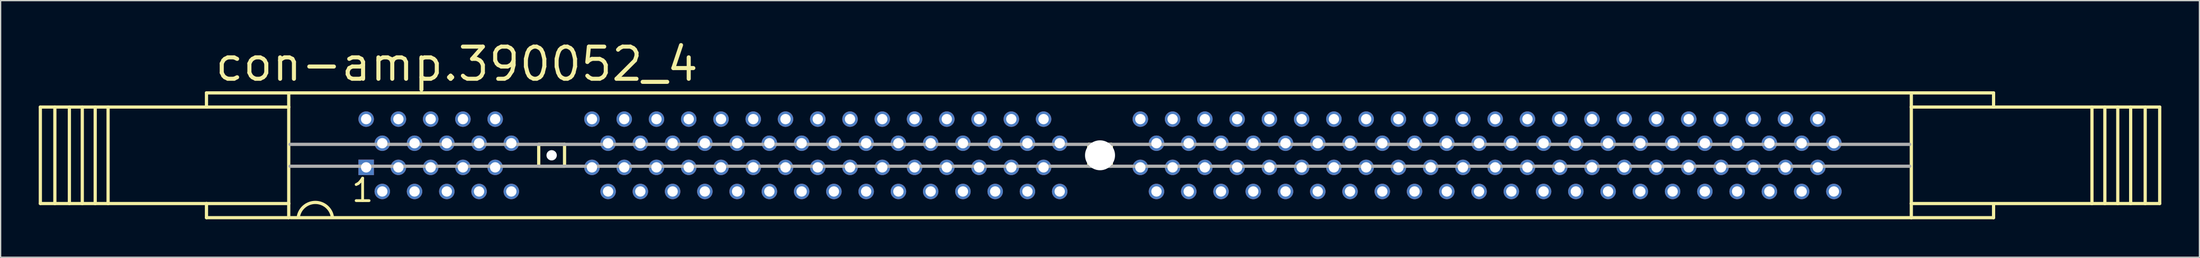
<source format=kicad_pcb>
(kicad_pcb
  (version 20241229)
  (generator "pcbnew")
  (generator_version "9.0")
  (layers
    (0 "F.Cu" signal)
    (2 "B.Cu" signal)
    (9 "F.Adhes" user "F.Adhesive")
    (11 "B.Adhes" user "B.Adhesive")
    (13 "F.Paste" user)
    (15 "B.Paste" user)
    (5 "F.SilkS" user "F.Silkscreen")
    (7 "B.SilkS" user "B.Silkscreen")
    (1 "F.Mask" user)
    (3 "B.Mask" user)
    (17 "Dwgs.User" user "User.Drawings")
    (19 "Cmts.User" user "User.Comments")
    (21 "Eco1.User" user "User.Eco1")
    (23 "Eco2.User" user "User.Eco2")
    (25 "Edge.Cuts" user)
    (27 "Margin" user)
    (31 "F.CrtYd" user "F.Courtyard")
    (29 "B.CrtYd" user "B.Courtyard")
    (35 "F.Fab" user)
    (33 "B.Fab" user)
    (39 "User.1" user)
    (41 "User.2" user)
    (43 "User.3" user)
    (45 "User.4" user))
  (footprint "con-amp.390052_4"
    (layer "F.Cu")
    (at 83.566 9.215)
    (property "Reference" "con-amp.390052_4" (at -69.85 -5.715 0) (layer "F.SilkS") (effects (font (size 2.54 2.54) (thickness 0.32)) (justify left bottom)))
    (attr through_hole)
    (fp_line (start -83.439 -3.81) (end -83.439 3.81) (stroke (width 0.254) (type default)) (layer "F.SilkS"))
    (fp_line (start -83.439 3.81) (end -82.296 3.81) (stroke (width 0.254) (type default)) (layer "F.SilkS"))
    (fp_line (start -82.296 -3.81) (end -83.439 -3.81) (stroke (width 0.254) (type default)) (layer "F.SilkS"))
    (fp_line (start -82.296 -3.81) (end -82.296 3.81) (stroke (width 0.254) (type default)) (layer "F.SilkS"))
    (fp_line (start -82.296 3.81) (end -81.153 3.81) (stroke (width 0.254) (type default)) (layer "F.SilkS"))
    (fp_line (start -81.153 -3.81) (end -82.296 -3.81) (stroke (width 0.254) (type default)) (layer "F.SilkS"))
    (fp_line (start -81.153 -3.81) (end -81.153 3.81) (stroke (width 0.254) (type default)) (layer "F.SilkS"))
    (fp_line (start -81.153 3.81) (end -80.137 3.81) (stroke (width 0.254) (type default)) (layer "F.SilkS"))
    (fp_line (start -80.137 -3.81) (end -81.153 -3.81) (stroke (width 0.254) (type default)) (layer "F.SilkS"))
    (fp_line (start -80.137 -3.81) (end -80.137 3.81) (stroke (width 0.254) (type default)) (layer "F.SilkS"))
    (fp_line (start -80.137 3.81) (end -79.121 3.81) (stroke (width 0.254) (type default)) (layer "F.SilkS"))
    (fp_line (start -79.121 -3.81) (end -80.137 -3.81) (stroke (width 0.254) (type default)) (layer "F.SilkS"))
    (fp_line (start -79.121 -3.81) (end -79.121 3.81) (stroke (width 0.254) (type default)) (layer "F.SilkS"))
    (fp_line (start -79.121 3.81) (end -78.105 3.81) (stroke (width 0.254) (type default)) (layer "F.SilkS"))
    (fp_line (start -78.105 -3.81) (end -79.121 -3.81) (stroke (width 0.254) (type default)) (layer "F.SilkS"))
    (fp_line (start -78.105 -3.81) (end -78.105 3.81) (stroke (width 0.254) (type default)) (layer "F.SilkS"))
    (fp_line (start -78.105 3.81) (end -70.358 3.81) (stroke (width 0.254) (type default)) (layer "F.SilkS"))
    (fp_line (start -70.358 -4.928) (end -63.881 -4.928) (stroke (width 0.254) (type default)) (layer "F.SilkS"))
    (fp_line (start -70.358 -3.835) (end -70.358 -4.928) (stroke (width 0.254) (type default)) (layer "F.SilkS"))
    (fp_line (start -70.358 3.81) (end -70.358 4.928) (stroke (width 0.254) (type default)) (layer "F.SilkS"))
    (fp_line (start -70.358 3.81) (end -63.881 3.81) (stroke (width 0.254) (type default)) (layer "F.SilkS"))
    (fp_line (start -70.358 4.928) (end -63.881 4.928) (stroke (width 0.254) (type default)) (layer "F.SilkS"))
    (fp_line (start -63.881 -4.928) (end -63.881 -3.81) (stroke (width 0.254) (type default)) (layer "F.SilkS"))
    (fp_line (start -63.881 -4.928) (end 63.881 -4.928) (stroke (width 0.254) (type default)) (layer "F.SilkS"))
    (fp_line (start -63.881 -3.81) (end -78.105 -3.81) (stroke (width 0.254) (type default)) (layer "F.SilkS"))
    (fp_line (start -63.881 -3.81) (end -63.881 3.81) (stroke (width 0.254) (type default)) (layer "F.SilkS"))
    (fp_line (start -63.881 3.81) (end -63.881 4.928) (stroke (width 0.254) (type default)) (layer "F.SilkS"))
    (fp_line (start -44.196 0.864) (end -44.196 -0.864) (stroke (width 0.254) (type default)) (layer "F.SilkS"))
    (fp_line (start -44.196 0.864) (end -42.164 0.864) (stroke (width 0.254) (type default)) (layer "F.SilkS"))
    (fp_line (start -42.164 -0.864) (end -44.196 -0.864) (stroke (width 0.254) (type default)) (layer "F.SilkS"))
    (fp_line (start -42.164 -0.864) (end -42.164 0.864) (stroke (width 0.254) (type default)) (layer "F.SilkS"))
    (fp_line (start -0.889 0.864) (end -0.889 -0.864) (stroke (width 0.254) (type default)) (layer "F.SilkS"))
    (fp_line (start -0.889 0.864) (end 0.889 0.864) (stroke (width 0.254) (type default)) (layer "F.SilkS"))
    (fp_line (start 0.889 -0.864) (end -0.889 -0.864) (stroke (width 0.254) (type default)) (layer "F.SilkS"))
    (fp_line (start 0.889 0.864) (end 0.889 -0.864) (stroke (width 0.254) (type default)) (layer "F.SilkS"))
    (fp_line (start 63.881 -4.928) (end 63.881 -3.81) (stroke (width 0.254) (type default)) (layer "F.SilkS"))
    (fp_line (start 63.881 -3.81) (end 63.881 3.81) (stroke (width 0.254) (type default)) (layer "F.SilkS"))
    (fp_line (start 63.881 3.81) (end 63.881 4.928) (stroke (width 0.254) (type default)) (layer "F.SilkS"))
    (fp_line (start 63.881 3.81) (end 78.105 3.81) (stroke (width 0.254) (type default)) (layer "F.SilkS"))
    (fp_line (start 63.881 4.928) (end -63.729 4.928) (stroke (width 0.254) (type default)) (layer "F.SilkS"))
    (fp_line (start 63.881 4.928) (end 70.358 4.928) (stroke (width 0.254) (type default)) (layer "F.SilkS"))
    (fp_line (start 70.358 -4.928) (end 63.881 -4.928) (stroke (width 0.254) (type default)) (layer "F.SilkS"))
    (fp_line (start 70.358 -3.81) (end 63.881 -3.81) (stroke (width 0.254) (type default)) (layer "F.SilkS"))
    (fp_line (start 70.358 -3.81) (end 70.358 -4.928) (stroke (width 0.254) (type default)) (layer "F.SilkS"))
    (fp_line (start 70.358 3.835) (end 70.358 4.928) (stroke (width 0.254) (type default)) (layer "F.SilkS"))
    (fp_line (start 78.105 -3.81) (end 70.358 -3.81) (stroke (width 0.254) (type default)) (layer "F.SilkS"))
    (fp_line (start 78.105 3.81) (end 78.105 -3.81) (stroke (width 0.254) (type default)) (layer "F.SilkS"))
    (fp_line (start 78.105 3.81) (end 79.121 3.81) (stroke (width 0.254) (type default)) (layer "F.SilkS"))
    (fp_line (start 79.121 -3.81) (end 78.105 -3.81) (stroke (width 0.254) (type default)) (layer "F.SilkS"))
    (fp_line (start 79.121 3.81) (end 79.121 -3.81) (stroke (width 0.254) (type default)) (layer "F.SilkS"))
    (fp_line (start 79.121 3.81) (end 80.137 3.81) (stroke (width 0.254) (type default)) (layer "F.SilkS"))
    (fp_line (start 80.137 -3.81) (end 79.121 -3.81) (stroke (width 0.254) (type default)) (layer "F.SilkS"))
    (fp_line (start 80.137 3.81) (end 80.137 -3.81) (stroke (width 0.254) (type default)) (layer "F.SilkS"))
    (fp_line (start 80.137 3.81) (end 81.153 3.81) (stroke (width 0.254) (type default)) (layer "F.SilkS"))
    (fp_line (start 81.153 -3.81) (end 80.137 -3.81) (stroke (width 0.254) (type default)) (layer "F.SilkS"))
    (fp_line (start 81.153 3.81) (end 81.153 -3.81) (stroke (width 0.254) (type default)) (layer "F.SilkS"))
    (fp_line (start 81.153 3.81) (end 82.296 3.81) (stroke (width 0.254) (type default)) (layer "F.SilkS"))
    (fp_line (start 82.296 -3.81) (end 81.153 -3.81) (stroke (width 0.254) (type default)) (layer "F.SilkS"))
    (fp_line (start 82.296 3.81) (end 82.296 -3.81) (stroke (width 0.254) (type default)) (layer "F.SilkS"))
    (fp_line (start 82.296 3.81) (end 83.439 3.81) (stroke (width 0.254) (type default)) (layer "F.SilkS"))
    (fp_line (start 83.439 -3.81) (end 82.296 -3.81) (stroke (width 0.254) (type default)) (layer "F.SilkS"))
    (fp_line (start 83.439 3.81) (end 83.439 -3.81) (stroke (width 0.254) (type default)) (layer "F.SilkS"))
    (fp_arc (start -63.119 4.826) (mid -61.7855 3.722525) (end -60.452 4.826) (stroke (width 0.254) (type default)) (layer "F.SilkS"))
    (fp_line (start -63.779 -0.864) (end 63.754 -0.864) (stroke (width 0.254) (type default)) (layer "F.Fab"))
    (fp_line (start -63.779 0.864) (end 63.754 0.864) (stroke (width 0.254) (type default)) (layer "F.Fab"))
    (fp_text user "1" (at -59.055 3.81 0) (layer "F.SilkS") (effects (font (size 1.778 1.778) (thickness 0.22)) (justify left bottom)))
    (pad "" np_thru_hole circle (at -43.18 0) (size 0.813 0.813) (drill 0.813) (layers "*.Cu" "*.Mask"))
    (pad "" np_thru_hole circle (at 0 0) (size 2.362 2.362) (drill 2.362) (layers "*.Cu" "*.Mask"))
    (pad "1" thru_hole rect (at -57.785 0.953) (size 1.219 1.219) (drill 0.813) (layers "*.Cu" "*.Mask"))
    (pad "2" thru_hole circle (at -56.515 2.857) (size 1.219 1.219) (drill 0.813) (layers "*.Cu" "*.Mask"))
    (pad "3" thru_hole circle (at -55.245 0.953) (size 1.219 1.219) (drill 0.813) (layers "*.Cu" "*.Mask"))
    (pad "4" thru_hole circle (at -53.975 2.857) (size 1.219 1.219) (drill 0.813) (layers "*.Cu" "*.Mask"))
    (pad "5" thru_hole circle (at -52.705 0.953) (size 1.219 1.219) (drill 0.813) (layers "*.Cu" "*.Mask"))
    (pad "6" thru_hole circle (at -51.435 2.857) (size 1.219 1.219) (drill 0.813) (layers "*.Cu" "*.Mask"))
    (pad "7" thru_hole circle (at -50.165 0.953) (size 1.219 1.219) (drill 0.813) (layers "*.Cu" "*.Mask"))
    (pad "8" thru_hole circle (at -48.895 2.857) (size 1.219 1.219) (drill 0.813) (layers "*.Cu" "*.Mask"))
    (pad "9" thru_hole circle (at -47.625 0.953) (size 1.219 1.219) (drill 0.813) (layers "*.Cu" "*.Mask"))
    (pad "10" thru_hole circle (at -46.355 2.857) (size 1.219 1.219) (drill 0.813) (layers "*.Cu" "*.Mask"))
    (pad "11" thru_hole circle (at -40.005 0.953) (size 1.219 1.219) (drill 0.813) (layers "*.Cu" "*.Mask"))
    (pad "12" thru_hole circle (at -38.735 2.857) (size 1.219 1.219) (drill 0.813) (layers "*.Cu" "*.Mask"))
    (pad "13" thru_hole circle (at -37.465 0.953) (size 1.219 1.219) (drill 0.813) (layers "*.Cu" "*.Mask"))
    (pad "14" thru_hole circle (at -36.195 2.857) (size 1.219 1.219) (drill 0.813) (layers "*.Cu" "*.Mask"))
    (pad "15" thru_hole circle (at -34.925 0.953) (size 1.219 1.219) (drill 0.813) (layers "*.Cu" "*.Mask"))
    (pad "16" thru_hole circle (at -33.655 2.857) (size 1.219 1.219) (drill 0.813) (layers "*.Cu" "*.Mask"))
    (pad "17" thru_hole circle (at -32.385 0.953) (size 1.219 1.219) (drill 0.813) (layers "*.Cu" "*.Mask"))
    (pad "18" thru_hole circle (at -31.115 2.857) (size 1.219 1.219) (drill 0.813) (layers "*.Cu" "*.Mask"))
    (pad "19" thru_hole circle (at -29.845 0.953) (size 1.219 1.219) (drill 0.813) (layers "*.Cu" "*.Mask"))
    (pad "20" thru_hole circle (at -28.575 2.857) (size 1.219 1.219) (drill 0.813) (layers "*.Cu" "*.Mask"))
    (pad "21" thru_hole circle (at -27.305 0.953) (size 1.219 1.219) (drill 0.813) (layers "*.Cu" "*.Mask"))
    (pad "22" thru_hole circle (at -26.035 2.857) (size 1.219 1.219) (drill 0.813) (layers "*.Cu" "*.Mask"))
    (pad "23" thru_hole circle (at -24.765 0.953) (size 1.219 1.219) (drill 0.813) (layers "*.Cu" "*.Mask"))
    (pad "24" thru_hole circle (at -23.495 2.857) (size 1.219 1.219) (drill 0.813) (layers "*.Cu" "*.Mask"))
    (pad "25" thru_hole circle (at -22.225 0.953) (size 1.219 1.219) (drill 0.813) (layers "*.Cu" "*.Mask"))
    (pad "26" thru_hole circle (at -20.955 2.857) (size 1.219 1.219) (drill 0.813) (layers "*.Cu" "*.Mask"))
    (pad "27" thru_hole circle (at -19.685 0.953) (size 1.219 1.219) (drill 0.813) (layers "*.Cu" "*.Mask"))
    (pad "28" thru_hole circle (at -18.415 2.857) (size 1.219 1.219) (drill 0.813) (layers "*.Cu" "*.Mask"))
    (pad "29" thru_hole circle (at -17.145 0.953) (size 1.219 1.219) (drill 0.813) (layers "*.Cu" "*.Mask"))
    (pad "30" thru_hole circle (at -15.875 2.857) (size 1.219 1.219) (drill 0.813) (layers "*.Cu" "*.Mask"))
    (pad "31" thru_hole circle (at -14.605 0.953) (size 1.219 1.219) (drill 0.813) (layers "*.Cu" "*.Mask"))
    (pad "32" thru_hole circle (at -13.335 2.857) (size 1.219 1.219) (drill 0.813) (layers "*.Cu" "*.Mask"))
    (pad "33" thru_hole circle (at -12.065 0.953) (size 1.219 1.219) (drill 0.813) (layers "*.Cu" "*.Mask"))
    (pad "34" thru_hole circle (at -10.795 2.857) (size 1.219 1.219) (drill 0.813) (layers "*.Cu" "*.Mask"))
    (pad "35" thru_hole circle (at -9.525 0.953) (size 1.219 1.219) (drill 0.813) (layers "*.Cu" "*.Mask"))
    (pad "36" thru_hole circle (at -8.255 2.857) (size 1.219 1.219) (drill 0.813) (layers "*.Cu" "*.Mask"))
    (pad "37" thru_hole circle (at -6.985 0.953) (size 1.219 1.219) (drill 0.813) (layers "*.Cu" "*.Mask"))
    (pad "38" thru_hole circle (at -5.715 2.857) (size 1.219 1.219) (drill 0.813) (layers "*.Cu" "*.Mask"))
    (pad "39" thru_hole circle (at -4.445 0.953) (size 1.219 1.219) (drill 0.813) (layers "*.Cu" "*.Mask"))
    (pad "40" thru_hole circle (at -3.175 2.857) (size 1.219 1.219) (drill 0.813) (layers "*.Cu" "*.Mask"))
    (pad "41" thru_hole circle (at 3.175 0.953) (size 1.219 1.219) (drill 0.813) (layers "*.Cu" "*.Mask"))
    (pad "42" thru_hole circle (at 4.445 2.857) (size 1.219 1.219) (drill 0.813) (layers "*.Cu" "*.Mask"))
    (pad "43" thru_hole circle (at 5.715 0.953) (size 1.219 1.219) (drill 0.813) (layers "*.Cu" "*.Mask"))
    (pad "44" thru_hole circle (at 6.985 2.857) (size 1.219 1.219) (drill 0.813) (layers "*.Cu" "*.Mask"))
    (pad "45" thru_hole circle (at 8.255 0.953) (size 1.219 1.219) (drill 0.813) (layers "*.Cu" "*.Mask"))
    (pad "46" thru_hole circle (at 9.525 2.857) (size 1.219 1.219) (drill 0.813) (layers "*.Cu" "*.Mask"))
    (pad "47" thru_hole circle (at 10.795 0.953) (size 1.219 1.219) (drill 0.813) (layers "*.Cu" "*.Mask"))
    (pad "48" thru_hole circle (at 12.065 2.857) (size 1.219 1.219) (drill 0.813) (layers "*.Cu" "*.Mask"))
    (pad "49" thru_hole circle (at 13.335 0.953) (size 1.219 1.219) (drill 0.813) (layers "*.Cu" "*.Mask"))
    (pad "50" thru_hole circle (at 14.605 2.857) (size 1.219 1.219) (drill 0.813) (layers "*.Cu" "*.Mask"))
    (pad "51" thru_hole circle (at 15.875 0.953) (size 1.219 1.219) (drill 0.813) (layers "*.Cu" "*.Mask"))
    (pad "52" thru_hole circle (at 17.145 2.857) (size 1.219 1.219) (drill 0.813) (layers "*.Cu" "*.Mask"))
    (pad "53" thru_hole circle (at 18.415 0.953) (size 1.219 1.219) (drill 0.813) (layers "*.Cu" "*.Mask"))
    (pad "54" thru_hole circle (at 19.685 2.857) (size 1.219 1.219) (drill 0.813) (layers "*.Cu" "*.Mask"))
    (pad "55" thru_hole circle (at 20.955 0.953) (size 1.219 1.219) (drill 0.813) (layers "*.Cu" "*.Mask"))
    (pad "56" thru_hole circle (at 22.225 2.857) (size 1.219 1.219) (drill 0.813) (layers "*.Cu" "*.Mask"))
    (pad "57" thru_hole circle (at 23.495 0.953) (size 1.219 1.219) (drill 0.813) (layers "*.Cu" "*.Mask"))
    (pad "58" thru_hole circle (at 24.765 2.857) (size 1.219 1.219) (drill 0.813) (layers "*.Cu" "*.Mask"))
    (pad "59" thru_hole circle (at 26.035 0.953) (size 1.219 1.219) (drill 0.813) (layers "*.Cu" "*.Mask"))
    (pad "60" thru_hole circle (at 27.305 2.857) (size 1.219 1.219) (drill 0.813) (layers "*.Cu" "*.Mask"))
    (pad "61" thru_hole circle (at 28.575 0.953) (size 1.219 1.219) (drill 0.813) (layers "*.Cu" "*.Mask"))
    (pad "62" thru_hole circle (at 29.845 2.857) (size 1.219 1.219) (drill 0.813) (layers "*.Cu" "*.Mask"))
    (pad "63" thru_hole circle (at 31.115 0.953) (size 1.219 1.219) (drill 0.813) (layers "*.Cu" "*.Mask"))
    (pad "64" thru_hole circle (at 32.385 2.857) (size 1.219 1.219) (drill 0.813) (layers "*.Cu" "*.Mask"))
    (pad "65" thru_hole circle (at 33.655 0.953) (size 1.219 1.219) (drill 0.813) (layers "*.Cu" "*.Mask"))
    (pad "66" thru_hole circle (at 34.925 2.857) (size 1.219 1.219) (drill 0.813) (layers "*.Cu" "*.Mask"))
    (pad "67" thru_hole circle (at 36.195 0.953) (size 1.219 1.219) (drill 0.813) (layers "*.Cu" "*.Mask"))
    (pad "68" thru_hole circle (at 37.465 2.857) (size 1.219 1.219) (drill 0.813) (layers "*.Cu" "*.Mask"))
    (pad "69" thru_hole circle (at 38.735 0.953) (size 1.219 1.219) (drill 0.813) (layers "*.Cu" "*.Mask"))
    (pad "70" thru_hole circle (at 40.005 2.857) (size 1.219 1.219) (drill 0.813) (layers "*.Cu" "*.Mask"))
    (pad "71" thru_hole circle (at 41.275 0.953) (size 1.219 1.219) (drill 0.813) (layers "*.Cu" "*.Mask"))
    (pad "72" thru_hole circle (at 42.545 2.857) (size 1.219 1.219) (drill 0.813) (layers "*.Cu" "*.Mask"))
    (pad "73" thru_hole circle (at 43.815 0.953) (size 1.219 1.219) (drill 0.813) (layers "*.Cu" "*.Mask"))
    (pad "74" thru_hole circle (at 45.085 2.857) (size 1.219 1.219) (drill 0.813) (layers "*.Cu" "*.Mask"))
    (pad "75" thru_hole circle (at 46.355 0.953) (size 1.219 1.219) (drill 0.813) (layers "*.Cu" "*.Mask"))
    (pad "76" thru_hole circle (at 47.625 2.857) (size 1.219 1.219) (drill 0.813) (layers "*.Cu" "*.Mask"))
    (pad "77" thru_hole circle (at 48.895 0.953) (size 1.219 1.219) (drill 0.813) (layers "*.Cu" "*.Mask"))
    (pad "78" thru_hole circle (at 50.165 2.857) (size 1.219 1.219) (drill 0.813) (layers "*.Cu" "*.Mask"))
    (pad "79" thru_hole circle (at 51.435 0.953) (size 1.219 1.219) (drill 0.813) (layers "*.Cu" "*.Mask"))
    (pad "80" thru_hole circle (at 52.705 2.857) (size 1.219 1.219) (drill 0.813) (layers "*.Cu" "*.Mask"))
    (pad "81" thru_hole circle (at 53.975 0.953) (size 1.219 1.219) (drill 0.813) (layers "*.Cu" "*.Mask"))
    (pad "82" thru_hole circle (at 55.245 2.857) (size 1.219 1.219) (drill 0.813) (layers "*.Cu" "*.Mask"))
    (pad "83" thru_hole circle (at 56.515 0.953) (size 1.219 1.219) (drill 0.813) (layers "*.Cu" "*.Mask"))
    (pad "84" thru_hole circle (at 57.785 2.857) (size 1.219 1.219) (drill 0.813) (layers "*.Cu" "*.Mask"))
    (pad "85" thru_hole circle (at -57.785 -2.857) (size 1.219 1.219) (drill 0.813) (layers "*.Cu" "*.Mask"))
    (pad "86" thru_hole circle (at -56.515 -0.953) (size 1.219 1.219) (drill 0.813) (layers "*.Cu" "*.Mask"))
    (pad "87" thru_hole circle (at -55.245 -2.857) (size 1.219 1.219) (drill 0.813) (layers "*.Cu" "*.Mask"))
    (pad "88" thru_hole circle (at -53.975 -0.953) (size 1.219 1.219) (drill 0.813) (layers "*.Cu" "*.Mask"))
    (pad "89" thru_hole circle (at -52.705 -2.857) (size 1.219 1.219) (drill 0.813) (layers "*.Cu" "*.Mask"))
    (pad "90" thru_hole circle (at -51.435 -0.953) (size 1.219 1.219) (drill 0.813) (layers "*.Cu" "*.Mask"))
    (pad "91" thru_hole circle (at -50.165 -2.857) (size 1.219 1.219) (drill 0.813) (layers "*.Cu" "*.Mask"))
    (pad "92" thru_hole circle (at -48.895 -0.953) (size 1.219 1.219) (drill 0.813) (layers "*.Cu" "*.Mask"))
    (pad "93" thru_hole circle (at -47.625 -2.857) (size 1.219 1.219) (drill 0.813) (layers "*.Cu" "*.Mask"))
    (pad "94" thru_hole circle (at -46.355 -0.953) (size 1.219 1.219) (drill 0.813) (layers "*.Cu" "*.Mask"))
    (pad "95" thru_hole circle (at -40.005 -2.857) (size 1.219 1.219) (drill 0.813) (layers "*.Cu" "*.Mask"))
    (pad "96" thru_hole circle (at -38.735 -0.953) (size 1.219 1.219) (drill 0.813) (layers "*.Cu" "*.Mask"))
    (pad "97" thru_hole circle (at -37.465 -2.857) (size 1.219 1.219) (drill 0.813) (layers "*.Cu" "*.Mask"))
    (pad "98" thru_hole circle (at -36.195 -0.953) (size 1.219 1.219) (drill 0.813) (layers "*.Cu" "*.Mask"))
    (pad "99" thru_hole circle (at -34.925 -2.857) (size 1.219 1.219) (drill 0.813) (layers "*.Cu" "*.Mask"))
    (pad "100" thru_hole circle (at -33.655 -0.953) (size 1.219 1.219) (drill 0.813) (layers "*.Cu" "*.Mask"))
    (pad "101" thru_hole circle (at -32.385 -2.857) (size 1.219 1.219) (drill 0.813) (layers "*.Cu" "*.Mask"))
    (pad "102" thru_hole circle (at -31.115 -0.953) (size 1.219 1.219) (drill 0.813) (layers "*.Cu" "*.Mask"))
    (pad "103" thru_hole circle (at -29.845 -2.857) (size 1.219 1.219) (drill 0.813) (layers "*.Cu" "*.Mask"))
    (pad "104" thru_hole circle (at -28.575 -0.953) (size 1.219 1.219) (drill 0.813) (layers "*.Cu" "*.Mask"))
    (pad "105" thru_hole circle (at -27.305 -2.857) (size 1.219 1.219) (drill 0.813) (layers "*.Cu" "*.Mask"))
    (pad "106" thru_hole circle (at -26.035 -0.953) (size 1.219 1.219) (drill 0.813) (layers "*.Cu" "*.Mask"))
    (pad "107" thru_hole circle (at -24.765 -2.857) (size 1.219 1.219) (drill 0.813) (layers "*.Cu" "*.Mask"))
    (pad "108" thru_hole circle (at -23.495 -0.953) (size 1.219 1.219) (drill 0.813) (layers "*.Cu" "*.Mask"))
    (pad "109" thru_hole circle (at -22.225 -2.857) (size 1.219 1.219) (drill 0.813) (layers "*.Cu" "*.Mask"))
    (pad "110" thru_hole circle (at -20.955 -0.953) (size 1.219 1.219) (drill 0.813) (layers "*.Cu" "*.Mask"))
    (pad "111" thru_hole circle (at -19.685 -2.857) (size 1.219 1.219) (drill 0.813) (layers "*.Cu" "*.Mask"))
    (pad "112" thru_hole circle (at -18.415 -0.953) (size 1.219 1.219) (drill 0.813) (layers "*.Cu" "*.Mask"))
    (pad "113" thru_hole circle (at -17.145 -2.857) (size 1.219 1.219) (drill 0.813) (layers "*.Cu" "*.Mask"))
    (pad "114" thru_hole circle (at -15.875 -0.953) (size 1.219 1.219) (drill 0.813) (layers "*.Cu" "*.Mask"))
    (pad "115" thru_hole circle (at -14.605 -2.857) (size 1.219 1.219) (drill 0.813) (layers "*.Cu" "*.Mask"))
    (pad "116" thru_hole circle (at -13.335 -0.953) (size 1.219 1.219) (drill 0.813) (layers "*.Cu" "*.Mask"))
    (pad "117" thru_hole circle (at -12.065 -2.857) (size 1.219 1.219) (drill 0.813) (layers "*.Cu" "*.Mask"))
    (pad "118" thru_hole circle (at -10.795 -0.953) (size 1.219 1.219) (drill 0.813) (layers "*.Cu" "*.Mask"))
    (pad "119" thru_hole circle (at -9.525 -2.857) (size 1.219 1.219) (drill 0.813) (layers "*.Cu" "*.Mask"))
    (pad "120" thru_hole circle (at -8.255 -0.953) (size 1.219 1.219) (drill 0.813) (layers "*.Cu" "*.Mask"))
    (pad "121" thru_hole circle (at -6.985 -2.857) (size 1.219 1.219) (drill 0.813) (layers "*.Cu" "*.Mask"))
    (pad "122" thru_hole circle (at -5.715 -0.953) (size 1.219 1.219) (drill 0.813) (layers "*.Cu" "*.Mask"))
    (pad "123" thru_hole circle (at -4.445 -2.857) (size 1.219 1.219) (drill 0.813) (layers "*.Cu" "*.Mask"))
    (pad "124" thru_hole circle (at -3.175 -0.953) (size 1.219 1.219) (drill 0.813) (layers "*.Cu" "*.Mask"))
    (pad "125" thru_hole circle (at 3.175 -2.857) (size 1.219 1.219) (drill 0.813) (layers "*.Cu" "*.Mask"))
    (pad "126" thru_hole circle (at 4.445 -0.953) (size 1.219 1.219) (drill 0.813) (layers "*.Cu" "*.Mask"))
    (pad "127" thru_hole circle (at 5.715 -2.857) (size 1.219 1.219) (drill 0.813) (layers "*.Cu" "*.Mask"))
    (pad "128" thru_hole circle (at 6.985 -0.953) (size 1.219 1.219) (drill 0.813) (layers "*.Cu" "*.Mask"))
    (pad "129" thru_hole circle (at 8.255 -2.857) (size 1.219 1.219) (drill 0.813) (layers "*.Cu" "*.Mask"))
    (pad "130" thru_hole circle (at 9.525 -0.953) (size 1.219 1.219) (drill 0.813) (layers "*.Cu" "*.Mask"))
    (pad "131" thru_hole circle (at 10.795 -2.857) (size 1.219 1.219) (drill 0.813) (layers "*.Cu" "*.Mask"))
    (pad "132" thru_hole circle (at 12.065 -0.953) (size 1.219 1.219) (drill 0.813) (layers "*.Cu" "*.Mask"))
    (pad "133" thru_hole circle (at 13.335 -2.857) (size 1.219 1.219) (drill 0.813) (layers "*.Cu" "*.Mask"))
    (pad "134" thru_hole circle (at 14.605 -0.953) (size 1.219 1.219) (drill 0.813) (layers "*.Cu" "*.Mask"))
    (pad "135" thru_hole circle (at 15.875 -2.857) (size 1.219 1.219) (drill 0.813) (layers "*.Cu" "*.Mask"))
    (pad "136" thru_hole circle (at 17.145 -0.953) (size 1.219 1.219) (drill 0.813) (layers "*.Cu" "*.Mask"))
    (pad "137" thru_hole circle (at 18.415 -2.857) (size 1.219 1.219) (drill 0.813) (layers "*.Cu" "*.Mask"))
    (pad "138" thru_hole circle (at 19.685 -0.953) (size 1.219 1.219) (drill 0.813) (layers "*.Cu" "*.Mask"))
    (pad "139" thru_hole circle (at 20.955 -2.857) (size 1.219 1.219) (drill 0.813) (layers "*.Cu" "*.Mask"))
    (pad "140" thru_hole circle (at 22.225 -0.953) (size 1.219 1.219) (drill 0.813) (layers "*.Cu" "*.Mask"))
    (pad "141" thru_hole circle (at 23.495 -2.857) (size 1.219 1.219) (drill 0.813) (layers "*.Cu" "*.Mask"))
    (pad "142" thru_hole circle (at 24.765 -0.953) (size 1.219 1.219) (drill 0.813) (layers "*.Cu" "*.Mask"))
    (pad "143" thru_hole circle (at 26.035 -2.857) (size 1.219 1.219) (drill 0.813) (layers "*.Cu" "*.Mask"))
    (pad "144" thru_hole circle (at 27.305 -0.953) (size 1.219 1.219) (drill 0.813) (layers "*.Cu" "*.Mask"))
    (pad "145" thru_hole circle (at 28.575 -2.857) (size 1.219 1.219) (drill 0.813) (layers "*.Cu" "*.Mask"))
    (pad "146" thru_hole circle (at 29.845 -0.953) (size 1.219 1.219) (drill 0.813) (layers "*.Cu" "*.Mask"))
    (pad "147" thru_hole circle (at 31.115 -2.857) (size 1.219 1.219) (drill 0.813) (layers "*.Cu" "*.Mask"))
    (pad "148" thru_hole circle (at 32.385 -0.953) (size 1.219 1.219) (drill 0.813) (layers "*.Cu" "*.Mask"))
    (pad "149" thru_hole circle (at 33.655 -2.857) (size 1.219 1.219) (drill 0.813) (layers "*.Cu" "*.Mask"))
    (pad "150" thru_hole circle (at 34.925 -0.953) (size 1.219 1.219) (drill 0.813) (layers "*.Cu" "*.Mask"))
    (pad "151" thru_hole circle (at 36.195 -2.857) (size 1.219 1.219) (drill 0.813) (layers "*.Cu" "*.Mask"))
    (pad "152" thru_hole circle (at 37.465 -0.953) (size 1.219 1.219) (drill 0.813) (layers "*.Cu" "*.Mask"))
    (pad "153" thru_hole circle (at 38.735 -2.857) (size 1.219 1.219) (drill 0.813) (layers "*.Cu" "*.Mask"))
    (pad "154" thru_hole circle (at 40.005 -0.953) (size 1.219 1.219) (drill 0.813) (layers "*.Cu" "*.Mask"))
    (pad "155" thru_hole circle (at 41.275 -2.857) (size 1.219 1.219) (drill 0.813) (layers "*.Cu" "*.Mask"))
    (pad "156" thru_hole circle (at 42.545 -0.953) (size 1.219 1.219) (drill 0.813) (layers "*.Cu" "*.Mask"))
    (pad "157" thru_hole circle (at 43.815 -2.857) (size 1.219 1.219) (drill 0.813) (layers "*.Cu" "*.Mask"))
    (pad "158" thru_hole circle (at 45.085 -0.953) (size 1.219 1.219) (drill 0.813) (layers "*.Cu" "*.Mask"))
    (pad "159" thru_hole circle (at 46.355 -2.857) (size 1.219 1.219) (drill 0.813) (layers "*.Cu" "*.Mask"))
    (pad "160" thru_hole circle (at 47.625 -0.953) (size 1.219 1.219) (drill 0.813) (layers "*.Cu" "*.Mask"))
    (pad "161" thru_hole circle (at 48.895 -2.857) (size 1.219 1.219) (drill 0.813) (layers "*.Cu" "*.Mask"))
    (pad "162" thru_hole circle (at 50.165 -0.953) (size 1.219 1.219) (drill 0.813) (layers "*.Cu" "*.Mask"))
    (pad "163" thru_hole circle (at 51.435 -2.857) (size 1.219 1.219) (drill 0.813) (layers "*.Cu" "*.Mask"))
    (pad "164" thru_hole circle (at 52.705 -0.953) (size 1.219 1.219) (drill 0.813) (layers "*.Cu" "*.Mask"))
    (pad "165" thru_hole circle (at 53.975 -2.857) (size 1.219 1.219) (drill 0.813) (layers "*.Cu" "*.Mask"))
    (pad "166" thru_hole circle (at 55.245 -0.953) (size 1.219 1.219) (drill 0.813) (layers "*.Cu" "*.Mask"))
    (pad "167" thru_hole circle (at 56.515 -2.857) (size 1.219 1.219) (drill 0.813) (layers "*.Cu" "*.Mask"))
    (pad "168" thru_hole circle (at 57.785 -0.953) (size 1.219 1.219) (drill 0.813) (layers "*.Cu" "*.Mask")))
  (gr_rect
    (start -3 -3)
    (end 170.132 17.27)
    (stroke (width 0.1) (type default))
    (fill no)
    (layer "Edge.Cuts")))
</source>
